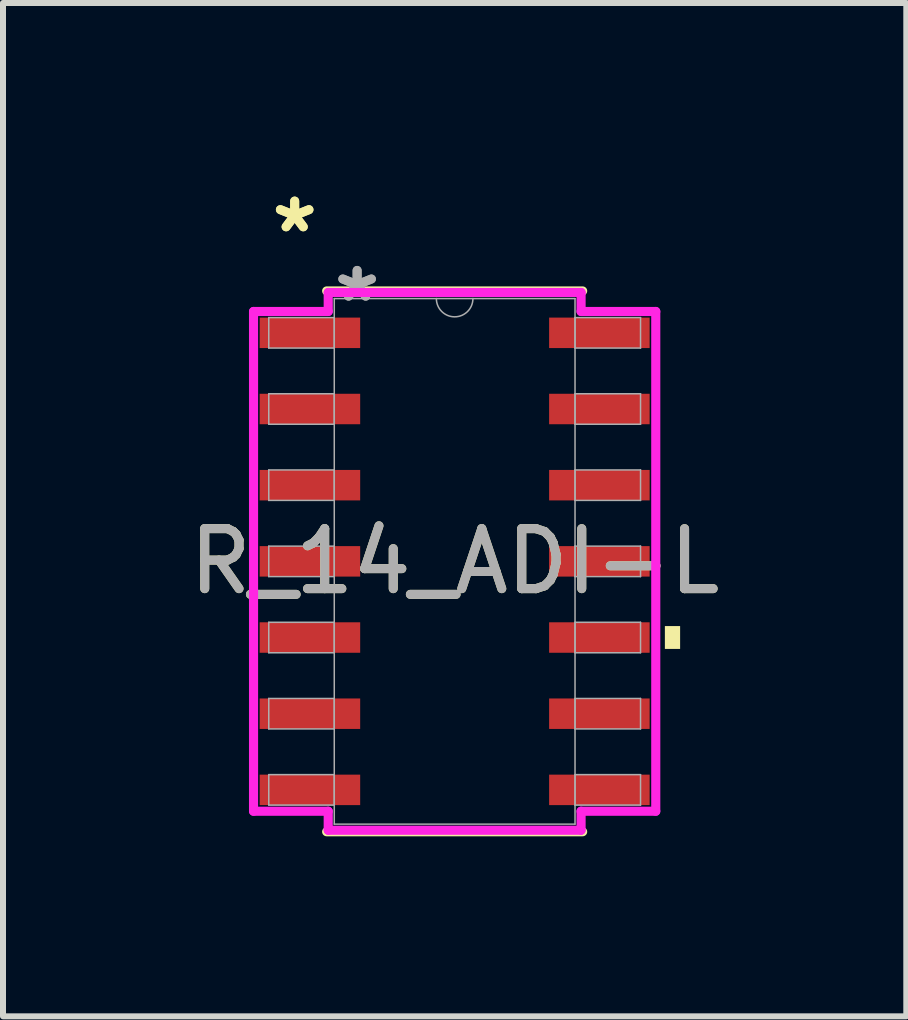
<source format=kicad_pcb>
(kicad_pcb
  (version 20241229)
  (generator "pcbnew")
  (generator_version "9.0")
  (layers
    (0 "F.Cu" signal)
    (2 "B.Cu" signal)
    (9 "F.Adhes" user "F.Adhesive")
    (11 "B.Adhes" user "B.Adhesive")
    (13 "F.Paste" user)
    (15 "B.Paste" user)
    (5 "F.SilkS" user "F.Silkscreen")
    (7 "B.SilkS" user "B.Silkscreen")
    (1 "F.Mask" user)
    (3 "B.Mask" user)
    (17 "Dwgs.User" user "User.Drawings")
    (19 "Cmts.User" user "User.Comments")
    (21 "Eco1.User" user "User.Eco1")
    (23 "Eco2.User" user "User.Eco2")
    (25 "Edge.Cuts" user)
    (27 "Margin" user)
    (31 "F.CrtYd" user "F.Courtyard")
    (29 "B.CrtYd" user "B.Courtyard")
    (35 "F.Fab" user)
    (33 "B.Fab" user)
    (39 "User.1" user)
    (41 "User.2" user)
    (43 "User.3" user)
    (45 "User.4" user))
  (footprint "R_14_ADI-L"
    (layer "F.Cu")
    (at 4.53 6.309)
    (property "Reference" "R_14_ADI-L" (at 0 0 0) (unlocked yes) (layer "F.SilkS") (effects (font (size 1 1) (thickness 0.15))))
    (attr smd)
    (fp_line (start -2.134 4.508) (end 2.134 4.508) (stroke (width 0.152) (type solid)) (layer "F.SilkS"))
    (fp_line (start 2.134 -4.508) (end -2.134 -4.508) (stroke (width 0.152) (type solid)) (layer "F.SilkS"))
    (fp_poly (pts (xy 3.759 1.079) (xy 3.759 1.46) (xy 3.505 1.46) (xy 3.505 1.079)) (stroke (width 0) (type solid)) (fill yes) (layer "F.SilkS"))
    (fp_line (start -3.353 -4.166) (end -2.108 -4.166) (stroke (width 0.152) (type solid)) (layer "F.CrtYd"))
    (fp_line (start -3.353 4.166) (end -3.353 -4.166) (stroke (width 0.152) (type solid)) (layer "F.CrtYd"))
    (fp_line (start -3.353 4.166) (end -2.108 4.166) (stroke (width 0.152) (type solid)) (layer "F.CrtYd"))
    (fp_line (start -2.108 -4.483) (end 2.108 -4.483) (stroke (width 0.152) (type solid)) (layer "F.CrtYd"))
    (fp_line (start -2.108 -4.166) (end -2.108 -4.483) (stroke (width 0.152) (type solid)) (layer "F.CrtYd"))
    (fp_line (start -2.108 4.483) (end -2.108 4.166) (stroke (width 0.152) (type solid)) (layer "F.CrtYd"))
    (fp_line (start 2.108 -4.483) (end 2.108 -4.166) (stroke (width 0.152) (type solid)) (layer "F.CrtYd"))
    (fp_line (start 2.108 4.166) (end 2.108 4.483) (stroke (width 0.152) (type solid)) (layer "F.CrtYd"))
    (fp_line (start 2.108 4.483) (end -2.108 4.483) (stroke (width 0.152) (type solid)) (layer "F.CrtYd"))
    (fp_line (start 3.353 -4.166) (end 2.108 -4.166) (stroke (width 0.152) (type solid)) (layer "F.CrtYd"))
    (fp_line (start 3.353 -4.166) (end 3.353 4.166) (stroke (width 0.152) (type solid)) (layer "F.CrtYd"))
    (fp_line (start 3.353 4.166) (end 2.108 4.166) (stroke (width 0.152) (type solid)) (layer "F.CrtYd"))
    (fp_line (start -3.099 -4.064) (end -3.099 -3.556) (stroke (width 0.025) (type solid)) (layer "F.Fab"))
    (fp_line (start -3.099 -3.556) (end -2.007 -3.556) (stroke (width 0.025) (type solid)) (layer "F.Fab"))
    (fp_line (start -3.099 -2.794) (end -3.099 -2.286) (stroke (width 0.025) (type solid)) (layer "F.Fab"))
    (fp_line (start -3.099 -2.286) (end -2.007 -2.286) (stroke (width 0.025) (type solid)) (layer "F.Fab"))
    (fp_line (start -3.099 -1.524) (end -3.099 -1.016) (stroke (width 0.025) (type solid)) (layer "F.Fab"))
    (fp_line (start -3.099 -1.016) (end -2.007 -1.016) (stroke (width 0.025) (type solid)) (layer "F.Fab"))
    (fp_line (start -3.099 -0.254) (end -3.099 0.254) (stroke (width 0.025) (type solid)) (layer "F.Fab"))
    (fp_line (start -3.099 0.254) (end -2.007 0.254) (stroke (width 0.025) (type solid)) (layer "F.Fab"))
    (fp_line (start -3.099 1.016) (end -3.099 1.524) (stroke (width 0.025) (type solid)) (layer "F.Fab"))
    (fp_line (start -3.099 1.524) (end -2.007 1.524) (stroke (width 0.025) (type solid)) (layer "F.Fab"))
    (fp_line (start -3.099 2.286) (end -3.099 2.794) (stroke (width 0.025) (type solid)) (layer "F.Fab"))
    (fp_line (start -3.099 2.794) (end -2.007 2.794) (stroke (width 0.025) (type solid)) (layer "F.Fab"))
    (fp_line (start -3.099 3.556) (end -3.099 4.064) (stroke (width 0.025) (type solid)) (layer "F.Fab"))
    (fp_line (start -3.099 4.064) (end -2.007 4.064) (stroke (width 0.025) (type solid)) (layer "F.Fab"))
    (fp_line (start -2.007 -4.381) (end -2.007 4.381) (stroke (width 0.025) (type solid)) (layer "F.Fab"))
    (fp_line (start -2.007 -4.064) (end -3.099 -4.064) (stroke (width 0.025) (type solid)) (layer "F.Fab"))
    (fp_line (start -2.007 -3.556) (end -2.007 -4.064) (stroke (width 0.025) (type solid)) (layer "F.Fab"))
    (fp_line (start -2.007 -2.794) (end -3.099 -2.794) (stroke (width 0.025) (type solid)) (layer "F.Fab"))
    (fp_line (start -2.007 -2.286) (end -2.007 -2.794) (stroke (width 0.025) (type solid)) (layer "F.Fab"))
    (fp_line (start -2.007 -1.524) (end -3.099 -1.524) (stroke (width 0.025) (type solid)) (layer "F.Fab"))
    (fp_line (start -2.007 -1.016) (end -2.007 -1.524) (stroke (width 0.025) (type solid)) (layer "F.Fab"))
    (fp_line (start -2.007 -0.254) (end -3.099 -0.254) (stroke (width 0.025) (type solid)) (layer "F.Fab"))
    (fp_line (start -2.007 0.254) (end -2.007 -0.254) (stroke (width 0.025) (type solid)) (layer "F.Fab"))
    (fp_line (start -2.007 1.016) (end -3.099 1.016) (stroke (width 0.025) (type solid)) (layer "F.Fab"))
    (fp_line (start -2.007 1.524) (end -2.007 1.016) (stroke (width 0.025) (type solid)) (layer "F.Fab"))
    (fp_line (start -2.007 2.286) (end -3.099 2.286) (stroke (width 0.025) (type solid)) (layer "F.Fab"))
    (fp_line (start -2.007 2.794) (end -2.007 2.286) (stroke (width 0.025) (type solid)) (layer "F.Fab"))
    (fp_line (start -2.007 3.556) (end -3.099 3.556) (stroke (width 0.025) (type solid)) (layer "F.Fab"))
    (fp_line (start -2.007 4.064) (end -2.007 3.556) (stroke (width 0.025) (type solid)) (layer "F.Fab"))
    (fp_line (start -2.007 4.381) (end 2.007 4.381) (stroke (width 0.025) (type solid)) (layer "F.Fab"))
    (fp_line (start 2.007 -4.381) (end -2.007 -4.381) (stroke (width 0.025) (type solid)) (layer "F.Fab"))
    (fp_line (start 2.007 -4.064) (end 2.007 -3.556) (stroke (width 0.025) (type solid)) (layer "F.Fab"))
    (fp_line (start 2.007 -3.556) (end 3.099 -3.556) (stroke (width 0.025) (type solid)) (layer "F.Fab"))
    (fp_line (start 2.007 -2.794) (end 2.007 -2.286) (stroke (width 0.025) (type solid)) (layer "F.Fab"))
    (fp_line (start 2.007 -2.286) (end 3.099 -2.286) (stroke (width 0.025) (type solid)) (layer "F.Fab"))
    (fp_line (start 2.007 -1.524) (end 2.007 -1.016) (stroke (width 0.025) (type solid)) (layer "F.Fab"))
    (fp_line (start 2.007 -1.016) (end 3.099 -1.016) (stroke (width 0.025) (type solid)) (layer "F.Fab"))
    (fp_line (start 2.007 -0.254) (end 2.007 0.254) (stroke (width 0.025) (type solid)) (layer "F.Fab"))
    (fp_line (start 2.007 0.254) (end 3.099 0.254) (stroke (width 0.025) (type solid)) (layer "F.Fab"))
    (fp_line (start 2.007 1.016) (end 2.007 1.524) (stroke (width 0.025) (type solid)) (layer "F.Fab"))
    (fp_line (start 2.007 1.524) (end 3.099 1.524) (stroke (width 0.025) (type solid)) (layer "F.Fab"))
    (fp_line (start 2.007 2.286) (end 2.007 2.794) (stroke (width 0.025) (type solid)) (layer "F.Fab"))
    (fp_line (start 2.007 2.794) (end 3.099 2.794) (stroke (width 0.025) (type solid)) (layer "F.Fab"))
    (fp_line (start 2.007 3.556) (end 2.007 4.064) (stroke (width 0.025) (type solid)) (layer "F.Fab"))
    (fp_line (start 2.007 4.064) (end 3.099 4.064) (stroke (width 0.025) (type solid)) (layer "F.Fab"))
    (fp_line (start 2.007 4.381) (end 2.007 -4.381) (stroke (width 0.025) (type solid)) (layer "F.Fab"))
    (fp_line (start 3.099 -4.064) (end 2.007 -4.064) (stroke (width 0.025) (type solid)) (layer "F.Fab"))
    (fp_line (start 3.099 -3.556) (end 3.099 -4.064) (stroke (width 0.025) (type solid)) (layer "F.Fab"))
    (fp_line (start 3.099 -2.794) (end 2.007 -2.794) (stroke (width 0.025) (type solid)) (layer "F.Fab"))
    (fp_line (start 3.099 -2.286) (end 3.099 -2.794) (stroke (width 0.025) (type solid)) (layer "F.Fab"))
    (fp_line (start 3.099 -1.524) (end 2.007 -1.524) (stroke (width 0.025) (type solid)) (layer "F.Fab"))
    (fp_line (start 3.099 -1.016) (end 3.099 -1.524) (stroke (width 0.025) (type solid)) (layer "F.Fab"))
    (fp_line (start 3.099 -0.254) (end 2.007 -0.254) (stroke (width 0.025) (type solid)) (layer "F.Fab"))
    (fp_line (start 3.099 0.254) (end 3.099 -0.254) (stroke (width 0.025) (type solid)) (layer "F.Fab"))
    (fp_line (start 3.099 1.016) (end 2.007 1.016) (stroke (width 0.025) (type solid)) (layer "F.Fab"))
    (fp_line (start 3.099 1.524) (end 3.099 1.016) (stroke (width 0.025) (type solid)) (layer "F.Fab"))
    (fp_line (start 3.099 2.286) (end 2.007 2.286) (stroke (width 0.025) (type solid)) (layer "F.Fab"))
    (fp_line (start 3.099 2.794) (end 3.099 2.286) (stroke (width 0.025) (type solid)) (layer "F.Fab"))
    (fp_line (start 3.099 3.556) (end 2.007 3.556) (stroke (width 0.025) (type solid)) (layer "F.Fab"))
    (fp_line (start 3.099 4.064) (end 3.099 3.556) (stroke (width 0.025) (type solid)) (layer "F.Fab"))
    (fp_arc (start 0.3048 -4.3815) (mid 0 -4.0767) (end -0.3048 -4.3815) (stroke (width 0.0254) (type solid)) (layer "F.Fab"))
    (fp_text user "*" (at -2.667 -5.461 0) (unlocked yes) (layer "F.SilkS") (effects (font (size 1 1) (thickness 0.15))))
    (fp_text user "*" (at -2.667 -5.461 0) (layer "F.SilkS") (effects (font (size 1 1) (thickness 0.15))))
    (fp_text user "*" (at -1.626 -4.305 0) (unlocked yes) (layer "F.Fab") (effects (font (size 1 1) (thickness 0.15))))
    (fp_text user "*" (at -1.626 -4.305 0) (layer "F.Fab") (effects (font (size 1 1) (thickness 0.15))))
    (fp_text user "${REFERENCE}" (at 0 0 0) (unlocked yes) (layer "F.Fab") (effects (font (size 1 1) (thickness 0.15))))
    (pad "1" smd rect (at -2.413 -3.81) (size 1.676 0.508) (layers "F.Cu" "F.Mask" "F.Paste"))
    (pad "2" smd rect (at -2.413 -2.54) (size 1.676 0.508) (layers "F.Cu" "F.Mask" "F.Paste"))
    (pad "3" smd rect (at -2.413 -1.27) (size 1.676 0.508) (layers "F.Cu" "F.Mask" "F.Paste"))
    (pad "4" smd rect (at -2.413 0) (size 1.676 0.508) (layers "F.Cu" "F.Mask" "F.Paste"))
    (pad "5" smd rect (at -2.413 1.27) (size 1.676 0.508) (layers "F.Cu" "F.Mask" "F.Paste"))
    (pad "6" smd rect (at -2.413 2.54) (size 1.676 0.508) (layers "F.Cu" "F.Mask" "F.Paste"))
    (pad "7" smd rect (at -2.413 3.81) (size 1.676 0.508) (layers "F.Cu" "F.Mask" "F.Paste"))
    (pad "8" smd rect (at 2.413 3.81) (size 1.676 0.508) (layers "F.Cu" "F.Mask" "F.Paste"))
    (pad "9" smd rect (at 2.413 2.54) (size 1.676 0.508) (layers "F.Cu" "F.Mask" "F.Paste"))
    (pad "10" smd rect (at 2.413 1.27) (size 1.676 0.508) (layers "F.Cu" "F.Mask" "F.Paste"))
    (pad "11" smd rect (at 2.413 0) (size 1.676 0.508) (layers "F.Cu" "F.Mask" "F.Paste"))
    (pad "12" smd rect (at 2.413 -1.27) (size 1.676 0.508) (layers "F.Cu" "F.Mask" "F.Paste"))
    (pad "13" smd rect (at 2.413 -2.54) (size 1.676 0.508) (layers "F.Cu" "F.Mask" "F.Paste"))
    (pad "14" smd rect (at 2.413 -3.81) (size 1.676 0.508) (layers "F.Cu" "F.Mask" "F.Paste")))
  (gr_rect
    (start -3 -3)
    (end 12.06 13.894)
    (stroke (width 0.1) (type default))
    (fill no)
    (layer "Edge.Cuts")))
</source>
